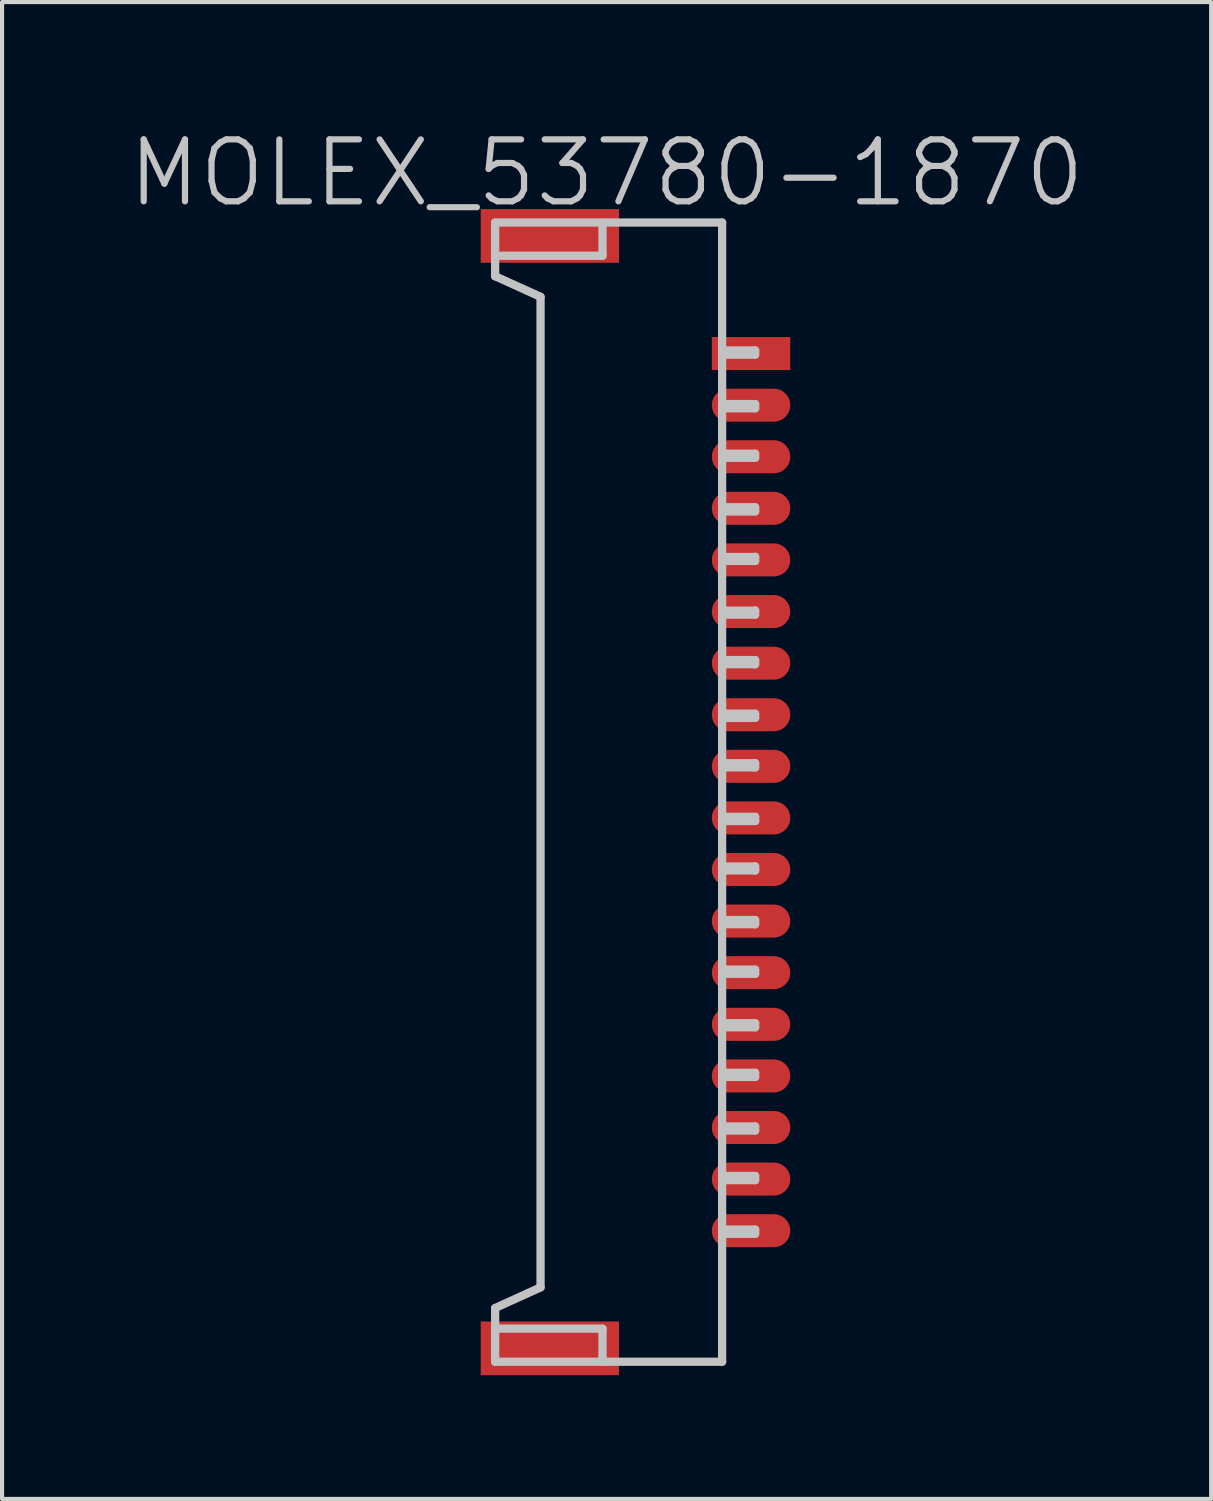
<source format=kicad_pcb>
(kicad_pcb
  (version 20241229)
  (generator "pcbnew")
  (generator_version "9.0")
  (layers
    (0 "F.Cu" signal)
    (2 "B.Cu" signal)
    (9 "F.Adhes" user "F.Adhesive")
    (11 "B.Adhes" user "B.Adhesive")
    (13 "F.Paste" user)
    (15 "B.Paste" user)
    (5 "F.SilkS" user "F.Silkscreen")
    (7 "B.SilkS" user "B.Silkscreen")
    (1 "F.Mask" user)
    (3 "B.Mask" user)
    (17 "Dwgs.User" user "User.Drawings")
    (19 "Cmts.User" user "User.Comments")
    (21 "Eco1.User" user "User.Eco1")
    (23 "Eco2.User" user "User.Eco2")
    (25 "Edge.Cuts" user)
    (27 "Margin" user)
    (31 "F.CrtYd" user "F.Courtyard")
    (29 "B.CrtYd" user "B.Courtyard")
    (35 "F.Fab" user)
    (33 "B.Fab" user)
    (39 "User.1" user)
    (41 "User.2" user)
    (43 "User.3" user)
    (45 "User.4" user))
  (footprint "MOLEX_53780-1870"
    (layer "F.Cu")
    (at 11.646 16.141)
    (property "Reference" "MOLEX_53780-1870" (at 0 -15 180) (layer "Dwgs.User") (effects (font (size 1.5 1.5) (thickness 0.15))))
    (attr smd)
    (fp_line (start -2.7 -12.499) (end -1.6 -11.999) (stroke (width 0.2) (type solid)) (layer "Dwgs.User"))
    (fp_line (start -2.7 -12.497) (end -2.7 -13.795) (stroke (width 0.2) (type solid)) (layer "Dwgs.User"))
    (fp_line (start -2.7 12.504) (end -2.7 13.802) (stroke (width 0.2) (type solid)) (layer "Dwgs.User"))
    (fp_line (start -1.6 -11.999) (end -1.6 11.999) (stroke (width 0.2) (type solid)) (layer "Dwgs.User"))
    (fp_line (start -1.6 11.999) (end -2.7 12.499) (stroke (width 0.2) (type solid)) (layer "Dwgs.User"))
    (fp_line (start -0.099 -13.797) (end -0.099 -12.997) (stroke (width 0.2) (type solid)) (layer "Dwgs.User"))
    (fp_line (start -0.099 -12.995) (end -2.7 -12.995) (stroke (width 0.2) (type solid)) (layer "Dwgs.User"))
    (fp_line (start -0.099 13.802) (end -0.099 13.002) (stroke (width 0.2) (type solid)) (layer "Dwgs.User"))
    (fp_line (start -0.097 12.997) (end -2.697 12.997) (stroke (width 0.2) (type solid)) (layer "Dwgs.User"))
    (fp_line (start 2.799 -13.8) (end -2.7 -13.8) (stroke (width 0.2) (type solid)) (layer "Dwgs.User"))
    (fp_line (start 2.799 -10.701) (end 3.599 -10.701) (stroke (width 0.2) (type solid)) (layer "Dwgs.User"))
    (fp_line (start 2.799 -9.299) (end 3.599 -9.299) (stroke (width 0.2) (type solid)) (layer "Dwgs.User"))
    (fp_line (start 2.799 -8.199) (end 3.599 -8.199) (stroke (width 0.2) (type solid)) (layer "Dwgs.User"))
    (fp_line (start 2.799 -6.8) (end 3.599 -6.8) (stroke (width 0.2) (type solid)) (layer "Dwgs.User"))
    (fp_line (start 2.799 -5.697) (end 3.599 -5.697) (stroke (width 0.2) (type solid)) (layer "Dwgs.User"))
    (fp_line (start 2.799 -4.397) (end 3.599 -4.397) (stroke (width 0.2) (type solid)) (layer "Dwgs.User"))
    (fp_line (start 2.799 -1.9) (end 3.599 -1.9) (stroke (width 0.2) (type solid)) (layer "Dwgs.User"))
    (fp_line (start 2.799 -0.701) (end 3.599 -0.701) (stroke (width 0.2) (type solid)) (layer "Dwgs.User"))
    (fp_line (start 2.799 0.701) (end 3.599 0.701) (stroke (width 0.2) (type solid)) (layer "Dwgs.User"))
    (fp_line (start 2.799 3.2) (end 3.599 3.2) (stroke (width 0.2) (type solid)) (layer "Dwgs.User"))
    (fp_line (start 2.799 4.402) (end 3.599 4.402) (stroke (width 0.2) (type solid)) (layer "Dwgs.User"))
    (fp_line (start 2.799 5.697) (end 3.599 5.697) (stroke (width 0.2) (type solid)) (layer "Dwgs.User"))
    (fp_line (start 2.799 6.8) (end 3.599 6.8) (stroke (width 0.2) (type solid)) (layer "Dwgs.User"))
    (fp_line (start 2.799 8.199) (end 3.599 8.199) (stroke (width 0.2) (type solid)) (layer "Dwgs.User"))
    (fp_line (start 2.799 9.299) (end 3.599 9.299) (stroke (width 0.2) (type solid)) (layer "Dwgs.User"))
    (fp_line (start 2.799 10.599) (end 3.599 10.599) (stroke (width 0.2) (type solid)) (layer "Dwgs.User"))
    (fp_line (start 2.799 13.8) (end -2.7 13.8) (stroke (width 0.2) (type solid)) (layer "Dwgs.User"))
    (fp_line (start 2.799 13.8) (end 2.799 -13.8) (stroke (width 0.2) (type solid)) (layer "Dwgs.User"))
    (fp_line (start 3.599 -10.701) (end 3.599 -10.599) (stroke (width 0.2) (type solid)) (layer "Dwgs.User"))
    (fp_line (start 3.599 -10.599) (end 2.799 -10.599) (stroke (width 0.2) (type solid)) (layer "Dwgs.User"))
    (fp_line (start 3.599 -9.401) (end 2.799 -9.401) (stroke (width 0.2) (type solid)) (layer "Dwgs.User"))
    (fp_line (start 3.599 -9.299) (end 3.599 -9.401) (stroke (width 0.2) (type solid)) (layer "Dwgs.User"))
    (fp_line (start 3.599 -8.199) (end 3.599 -8.1) (stroke (width 0.2) (type solid)) (layer "Dwgs.User"))
    (fp_line (start 3.599 -8.1) (end 2.799 -8.1) (stroke (width 0.2) (type solid)) (layer "Dwgs.User"))
    (fp_line (start 3.599 -6.901) (end 2.799 -6.901) (stroke (width 0.2) (type solid)) (layer "Dwgs.User"))
    (fp_line (start 3.599 -6.8) (end 3.599 -6.901) (stroke (width 0.2) (type solid)) (layer "Dwgs.User"))
    (fp_line (start 3.599 -5.702) (end 3.599 -5.601) (stroke (width 0.2) (type solid)) (layer "Dwgs.User"))
    (fp_line (start 3.599 -5.601) (end 2.799 -5.601) (stroke (width 0.2) (type solid)) (layer "Dwgs.User"))
    (fp_line (start 3.599 -4.402) (end 3.599 -4.3) (stroke (width 0.2) (type solid)) (layer "Dwgs.User"))
    (fp_line (start 3.599 -4.3) (end 2.799 -4.3) (stroke (width 0.2) (type solid)) (layer "Dwgs.User"))
    (fp_line (start 3.599 -3.2) (end 2.799 -3.2) (stroke (width 0.2) (type solid)) (layer "Dwgs.User"))
    (fp_line (start 3.599 -3.099) (end 2.799 -3.099) (stroke (width 0.2) (type solid)) (layer "Dwgs.User"))
    (fp_line (start 3.599 -3.096) (end 3.599 -3.198) (stroke (width 0.2) (type solid)) (layer "Dwgs.User"))
    (fp_line (start 3.599 -1.9) (end 3.599 -1.798) (stroke (width 0.2) (type solid)) (layer "Dwgs.User"))
    (fp_line (start 3.599 -1.798) (end 2.799 -1.798) (stroke (width 0.2) (type solid)) (layer "Dwgs.User"))
    (fp_line (start 3.599 -0.701) (end 3.599 -0.599) (stroke (width 0.2) (type solid)) (layer "Dwgs.User"))
    (fp_line (start 3.599 -0.599) (end 2.799 -0.599) (stroke (width 0.2) (type solid)) (layer "Dwgs.User"))
    (fp_line (start 3.599 0.599) (end 2.799 0.599) (stroke (width 0.2) (type solid)) (layer "Dwgs.User"))
    (fp_line (start 3.599 0.701) (end 3.599 0.599) (stroke (width 0.2) (type solid)) (layer "Dwgs.User"))
    (fp_line (start 3.599 1.803) (end 2.799 1.803) (stroke (width 0.2) (type solid)) (layer "Dwgs.User"))
    (fp_line (start 3.599 1.897) (end 2.799 1.897) (stroke (width 0.2) (type solid)) (layer "Dwgs.User"))
    (fp_line (start 3.599 1.9) (end 3.599 1.798) (stroke (width 0.2) (type solid)) (layer "Dwgs.User"))
    (fp_line (start 3.599 3.099) (end 2.799 3.099) (stroke (width 0.2) (type solid)) (layer "Dwgs.User"))
    (fp_line (start 3.599 3.104) (end 3.599 3.203) (stroke (width 0.2) (type solid)) (layer "Dwgs.User"))
    (fp_line (start 3.599 4.3) (end 2.799 4.3) (stroke (width 0.2) (type solid)) (layer "Dwgs.User"))
    (fp_line (start 3.599 4.404) (end 3.599 4.303) (stroke (width 0.2) (type solid)) (layer "Dwgs.User"))
    (fp_line (start 3.599 5.598) (end 2.799 5.598) (stroke (width 0.2) (type solid)) (layer "Dwgs.User"))
    (fp_line (start 3.599 5.601) (end 3.599 5.7) (stroke (width 0.2) (type solid)) (layer "Dwgs.User"))
    (fp_line (start 3.599 6.8) (end 3.599 6.901) (stroke (width 0.2) (type solid)) (layer "Dwgs.User"))
    (fp_line (start 3.599 6.901) (end 2.799 6.901) (stroke (width 0.2) (type solid)) (layer "Dwgs.User"))
    (fp_line (start 3.599 8.1) (end 2.799 8.1) (stroke (width 0.2) (type solid)) (layer "Dwgs.User"))
    (fp_line (start 3.599 8.199) (end 3.599 8.1) (stroke (width 0.2) (type solid)) (layer "Dwgs.User"))
    (fp_line (start 3.599 9.299) (end 3.599 9.401) (stroke (width 0.2) (type solid)) (layer "Dwgs.User"))
    (fp_line (start 3.599 9.401) (end 2.799 9.401) (stroke (width 0.2) (type solid)) (layer "Dwgs.User"))
    (fp_line (start 3.599 10.599) (end 3.599 10.701) (stroke (width 0.2) (type solid)) (layer "Dwgs.User"))
    (fp_line (start 3.599 10.701) (end 2.799 10.701) (stroke (width 0.2) (type solid)) (layer "Dwgs.User"))
    (pad "" smd rect (at -1.374 -13.475 270) (size 1.3 3.35) (layers "F.Cu" "F.Mask" "F.Paste"))
    (pad "" smd rect (at -1.374 13.475 270) (size 1.3 3.35) (layers "F.Cu" "F.Mask" "F.Paste"))
    (pad "1" smd rect (at 3.5 -10.625 270) (size 0.8 1.9) (layers "F.Cu" "F.Mask" "F.Paste"))
    (pad "2" smd oval (at 3.5 -9.375 270) (size 0.8 1.9) (layers "F.Cu" "F.Mask" "F.Paste"))
    (pad "3" smd oval (at 3.5 -8.125 270) (size 0.8 1.9) (layers "F.Cu" "F.Mask" "F.Paste"))
    (pad "4" smd oval (at 3.5 -6.876 270) (size 0.8 1.9) (layers "F.Cu" "F.Mask" "F.Paste"))
    (pad "5" smd oval (at 3.5 -5.626 270) (size 0.8 1.9) (layers "F.Cu" "F.Mask" "F.Paste"))
    (pad "6" smd oval (at 3.5 -4.374 270) (size 0.8 1.9) (layers "F.Cu" "F.Mask" "F.Paste"))
    (pad "7" smd oval (at 3.5 -3.124 270) (size 0.8 1.9) (layers "F.Cu" "F.Mask" "F.Paste"))
    (pad "8" smd oval (at 3.5 -1.875 270) (size 0.8 1.9) (layers "F.Cu" "F.Mask" "F.Paste"))
    (pad "9" smd oval (at 3.5 -0.625 270) (size 0.8 1.9) (layers "F.Cu" "F.Mask" "F.Paste"))
    (pad "10" smd oval (at 3.5 0.625 270) (size 0.8 1.9) (layers "F.Cu" "F.Mask" "F.Paste"))
    (pad "11" smd oval (at 3.5 1.875 270) (size 0.8 1.9) (layers "F.Cu" "F.Mask" "F.Paste"))
    (pad "12" smd oval (at 3.5 3.124 270) (size 0.8 1.9) (layers "F.Cu" "F.Mask" "F.Paste"))
    (pad "13" smd oval (at 3.5 4.374 270) (size 0.8 1.9) (layers "F.Cu" "F.Mask" "F.Paste"))
    (pad "14" smd oval (at 3.5 5.626 270) (size 0.8 1.9) (layers "F.Cu" "F.Mask" "F.Paste"))
    (pad "15" smd oval (at 3.5 6.876 270) (size 0.8 1.9) (layers "F.Cu" "F.Mask" "F.Paste"))
    (pad "16" smd oval (at 3.5 8.125 270) (size 0.8 1.9) (layers "F.Cu" "F.Mask" "F.Paste"))
    (pad "17" smd oval (at 3.5 9.375 270) (size 0.8 1.9) (layers "F.Cu" "F.Mask" "F.Paste"))
    (pad "18" smd oval (at 3.5 10.625 270) (size 0.8 1.9) (layers "F.Cu" "F.Mask" "F.Paste")))
  (gr_rect
    (start -3 -3)
    (end 26.293 33.265)
    (stroke (width 0.1) (type default))
    (fill no)
    (layer "Edge.Cuts")))
</source>
